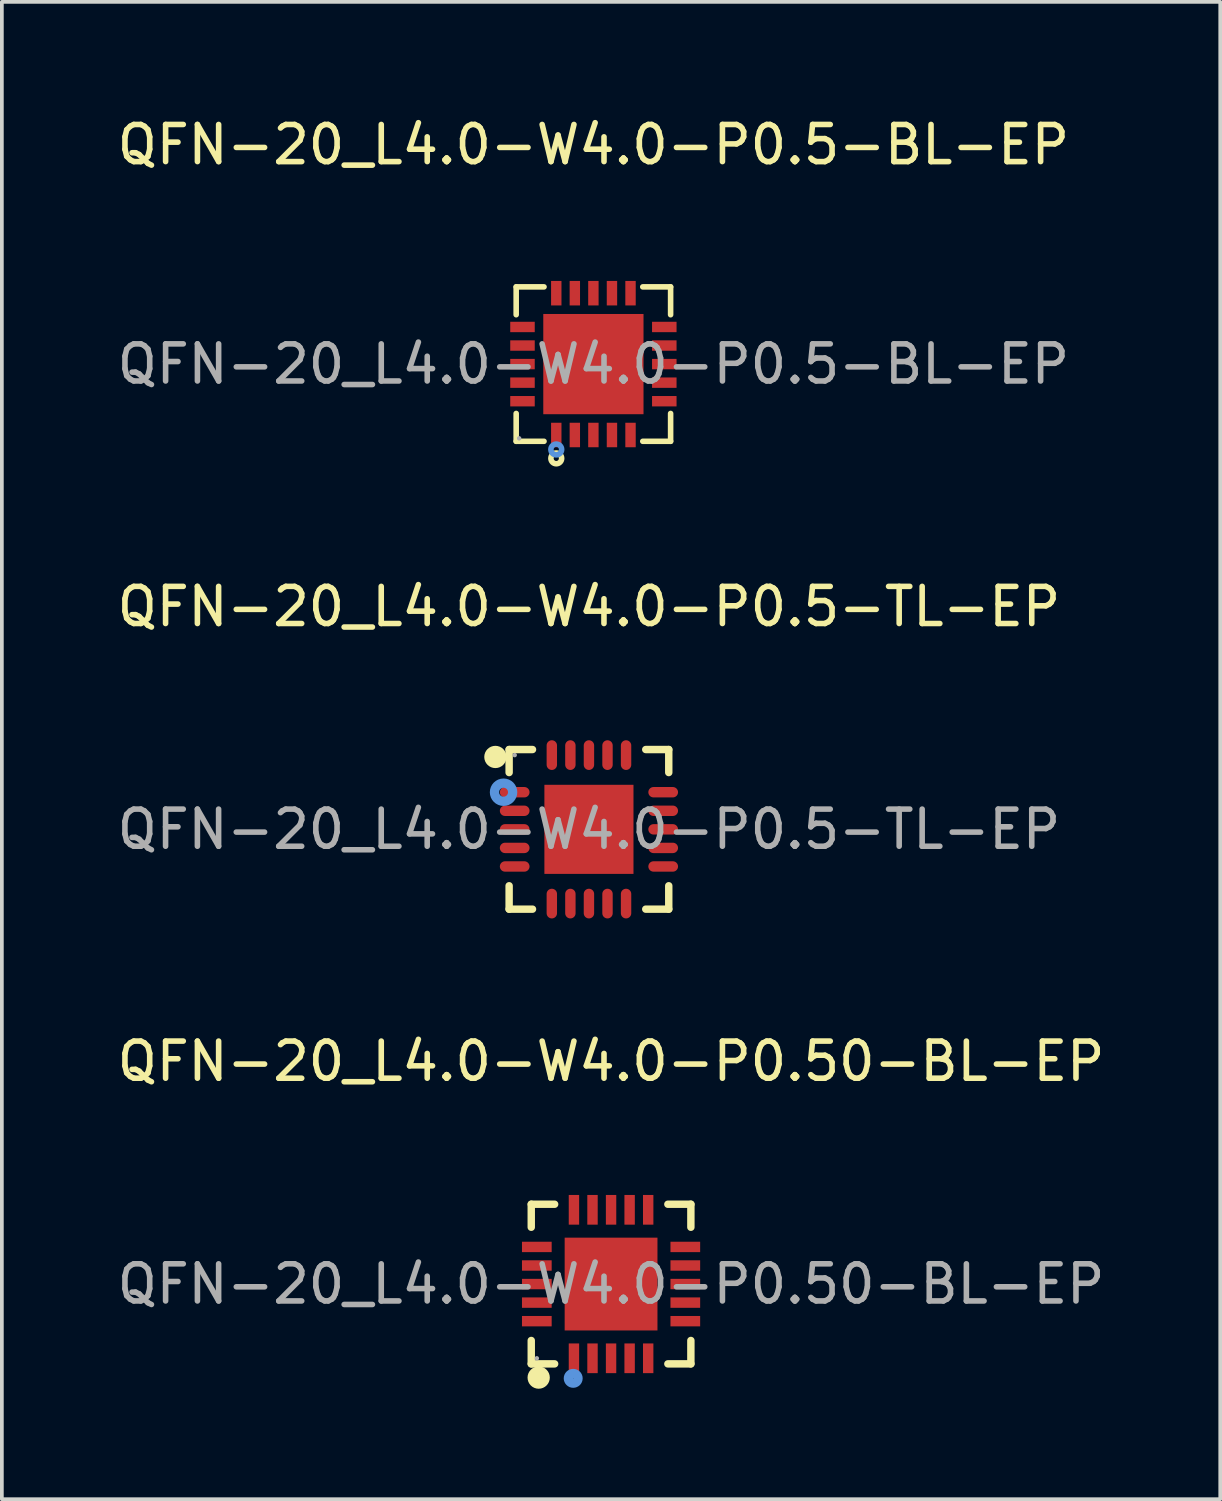
<source format=kicad_pcb>
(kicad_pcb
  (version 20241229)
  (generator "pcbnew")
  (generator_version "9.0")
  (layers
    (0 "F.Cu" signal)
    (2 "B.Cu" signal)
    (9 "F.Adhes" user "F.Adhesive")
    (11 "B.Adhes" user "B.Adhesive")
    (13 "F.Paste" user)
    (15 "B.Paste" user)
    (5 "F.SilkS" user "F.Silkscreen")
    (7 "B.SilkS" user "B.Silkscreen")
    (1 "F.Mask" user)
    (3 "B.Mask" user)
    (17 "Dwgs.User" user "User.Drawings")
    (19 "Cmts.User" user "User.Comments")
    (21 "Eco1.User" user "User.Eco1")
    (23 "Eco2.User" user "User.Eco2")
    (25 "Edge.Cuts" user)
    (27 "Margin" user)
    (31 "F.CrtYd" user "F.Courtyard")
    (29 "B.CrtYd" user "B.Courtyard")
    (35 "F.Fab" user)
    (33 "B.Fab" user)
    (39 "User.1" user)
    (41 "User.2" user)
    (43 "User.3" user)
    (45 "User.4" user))
  (footprint "QFN-20_L4.0-W4.0-P0.5-BL-EP"
    (layer "F.Cu")
    (at 12.935 6.758)
    (property "Reference" "QFN-20_L4.0-W4.0-P0.5-BL-EP" (at 0 -5.91 0) (layer "F.SilkS") (effects (font (size 1 1) (thickness 0.15))))
    (attr through_hole)
    (fp_line (start -2.08 -2.08) (end -1.33 -2.08) (stroke (width 0.15) (type solid)) (layer "F.SilkS"))
    (fp_line (start -2.08 -1.33) (end -2.08 -2.08) (stroke (width 0.15) (type solid)) (layer "F.SilkS"))
    (fp_line (start -2.08 1.33) (end -2.08 2.08) (stroke (width 0.15) (type solid)) (layer "F.SilkS"))
    (fp_line (start -2.08 2.08) (end -1.33 2.08) (stroke (width 0.15) (type solid)) (layer "F.SilkS"))
    (fp_line (start 2.08 -2.08) (end 1.33 -2.08) (stroke (width 0.15) (type solid)) (layer "F.SilkS"))
    (fp_line (start 2.08 -1.33) (end 2.08 -2.08) (stroke (width 0.15) (type solid)) (layer "F.SilkS"))
    (fp_line (start 2.08 1.33) (end 2.08 2.08) (stroke (width 0.15) (type solid)) (layer "F.SilkS"))
    (fp_line (start 2.08 2.08) (end 1.33 2.08) (stroke (width 0.15) (type solid)) (layer "F.SilkS"))
    (fp_circle (center -1 2.54) (end -0.93 2.54) (stroke (width 0.15) (type solid)) (fill no) (layer "F.SilkS"))
    (fp_circle (center -1 2.3) (end -0.93 2.3) (stroke (width 0.15) (type solid)) (fill no) (layer "Cmts.User"))
    (fp_circle (center -2 2) (end -1.97 2) (stroke (width 0.06) (type solid)) (fill no) (layer "F.Fab"))
    (fp_text user "${REFERENCE}" (at 0 0 0) (layer "F.Fab") (effects (font (size 1 1) (thickness 0.15))))
    (pad "1" smd rect (at -1 1.91) (size 0.28 0.66) (layers "F.Cu" "F.Mask" "F.Paste"))
    (pad "2" smd rect (at -0.5 1.91) (size 0.28 0.66) (layers "F.Cu" "F.Mask" "F.Paste"))
    (pad "3" smd rect (at 0 1.91) (size 0.28 0.66) (layers "F.Cu" "F.Mask" "F.Paste"))
    (pad "4" smd rect (at 0.5 1.91) (size 0.28 0.66) (layers "F.Cu" "F.Mask" "F.Paste"))
    (pad "5" smd rect (at 1 1.91) (size 0.28 0.66) (layers "F.Cu" "F.Mask" "F.Paste"))
    (pad "6" smd rect (at 1.91 1) (size 0.66 0.28) (layers "F.Cu" "F.Mask" "F.Paste"))
    (pad "7" smd rect (at 1.91 0.5) (size 0.66 0.28) (layers "F.Cu" "F.Mask" "F.Paste"))
    (pad "8" smd rect (at 1.91 0) (size 0.66 0.28) (layers "F.Cu" "F.Mask" "F.Paste"))
    (pad "9" smd rect (at 1.91 -0.5) (size 0.66 0.28) (layers "F.Cu" "F.Mask" "F.Paste"))
    (pad "10" smd rect (at 1.91 -1) (size 0.66 0.28) (layers "F.Cu" "F.Mask" "F.Paste"))
    (pad "11" smd rect (at 1 -1.91) (size 0.28 0.66) (layers "F.Cu" "F.Mask" "F.Paste"))
    (pad "12" smd rect (at 0.5 -1.91) (size 0.28 0.66) (layers "F.Cu" "F.Mask" "F.Paste"))
    (pad "13" smd rect (at 0 -1.91) (size 0.28 0.66) (layers "F.Cu" "F.Mask" "F.Paste"))
    (pad "14" smd rect (at -0.5 -1.91) (size 0.28 0.66) (layers "F.Cu" "F.Mask" "F.Paste"))
    (pad "15" smd rect (at -1 -1.91) (size 0.28 0.66) (layers "F.Cu" "F.Mask" "F.Paste"))
    (pad "16" smd rect (at -1.91 -1) (size 0.66 0.28) (layers "F.Cu" "F.Mask" "F.Paste"))
    (pad "17" smd rect (at -1.91 -0.5) (size 0.66 0.28) (layers "F.Cu" "F.Mask" "F.Paste"))
    (pad "18" smd rect (at -1.91 0) (size 0.66 0.28) (layers "F.Cu" "F.Mask" "F.Paste"))
    (pad "19" smd rect (at -1.91 0.5) (size 0.66 0.28) (layers "F.Cu" "F.Mask" "F.Paste"))
    (pad "20" smd rect (at -1.91 1) (size 0.66 0.28) (layers "F.Cu" "F.Mask" "F.Paste"))
    (pad "21" smd rect (at 0 0) (size 2.7 2.7) (layers "F.Cu" "F.Mask" "F.Paste")))
  (footprint "QFN-20_L4.0-W4.0-P0.5-TL-EP"
    (layer "F.Cu")
    (at 12.815 19.291)
    (property "Reference" "QFN-20_L4.0-W4.0-P0.5-TL-EP" (at 0 -6 0) (layer "F.SilkS") (effects (font (size 1 1) (thickness 0.15))))
    (attr through_hole)
    (fp_line (start -2.15 -2.15) (end -1.52 -2.15) (stroke (width 0.2) (type solid)) (layer "F.SilkS"))
    (fp_line (start -2.15 -1.53) (end -2.15 -2.15) (stroke (width 0.2) (type solid)) (layer "F.SilkS"))
    (fp_line (start -2.15 1.52) (end -2.15 2.15) (stroke (width 0.2) (type solid)) (layer "F.SilkS"))
    (fp_line (start -2.15 2.15) (end -1.52 2.15) (stroke (width 0.2) (type solid)) (layer "F.SilkS"))
    (fp_line (start 1.53 2.15) (end 2.15 2.15) (stroke (width 0.2) (type solid)) (layer "F.SilkS"))
    (fp_line (start 2.15 -2.15) (end 1.53 -2.15) (stroke (width 0.2) (type solid)) (layer "F.SilkS"))
    (fp_line (start 2.15 -1.53) (end 2.15 -2.15) (stroke (width 0.2) (type solid)) (layer "F.SilkS"))
    (fp_line (start 2.15 2.15) (end 2.15 1.52) (stroke (width 0.2) (type solid)) (layer "F.SilkS"))
    (fp_arc (start -2.52 -1.95) (mid -2.52 -1.95) (end -2.52 -1.95) (stroke (width 0.3) (type solid)) (layer "F.SilkS"))
    (fp_circle (center -2.3 -1) (end -2.18 -1) (stroke (width 0.25) (type solid)) (fill no) (layer "Cmts.User"))
    (fp_circle (center -2 -2) (end -1.97 -2) (stroke (width 0.06) (type solid)) (fill no) (layer "F.Fab"))
    (fp_text user "${REFERENCE}" (at 0 0 0) (layer "F.Fab") (effects (font (size 1 1) (thickness 0.15))))
    (pad "1" smd oval (at -2 -1 90) (size 0.28 0.8) (layers "F.Cu" "F.Mask" "F.Paste"))
    (pad "2" smd oval (at -2 -0.5 90) (size 0.28 0.8) (layers "F.Cu" "F.Mask" "F.Paste"))
    (pad "3" smd oval (at -2 0 90) (size 0.28 0.8) (layers "F.Cu" "F.Mask" "F.Paste"))
    (pad "4" smd oval (at -2 0.5 90) (size 0.28 0.8) (layers "F.Cu" "F.Mask" "F.Paste"))
    (pad "5" smd oval (at -2 1 90) (size 0.28 0.8) (layers "F.Cu" "F.Mask" "F.Paste"))
    (pad "6" smd oval (at -1 2) (size 0.28 0.8) (layers "F.Cu" "F.Mask" "F.Paste"))
    (pad "7" smd oval (at -0.5 2) (size 0.28 0.8) (layers "F.Cu" "F.Mask" "F.Paste"))
    (pad "8" smd oval (at 0 2) (size 0.28 0.8) (layers "F.Cu" "F.Mask" "F.Paste"))
    (pad "9" smd oval (at 0.5 2) (size 0.28 0.8) (layers "F.Cu" "F.Mask" "F.Paste"))
    (pad "10" smd oval (at 1 2) (size 0.28 0.8) (layers "F.Cu" "F.Mask" "F.Paste"))
    (pad "11" smd oval (at 2 1 90) (size 0.28 0.8) (layers "F.Cu" "F.Mask" "F.Paste"))
    (pad "12" smd oval (at 2 0.5 90) (size 0.28 0.8) (layers "F.Cu" "F.Mask" "F.Paste"))
    (pad "13" smd oval (at 2 0 90) (size 0.28 0.8) (layers "F.Cu" "F.Mask" "F.Paste"))
    (pad "14" smd oval (at 2 -0.5 90) (size 0.28 0.8) (layers "F.Cu" "F.Mask" "F.Paste"))
    (pad "15" smd oval (at 2 -1 90) (size 0.28 0.8) (layers "F.Cu" "F.Mask" "F.Paste"))
    (pad "16" smd oval (at 1 -2) (size 0.28 0.8) (layers "F.Cu" "F.Mask" "F.Paste"))
    (pad "17" smd oval (at 0.5 -2) (size 0.28 0.8) (layers "F.Cu" "F.Mask" "F.Paste"))
    (pad "18" smd oval (at 0 -2) (size 0.28 0.8) (layers "F.Cu" "F.Mask" "F.Paste"))
    (pad "19" smd oval (at -0.5 -2) (size 0.28 0.8) (layers "F.Cu" "F.Mask" "F.Paste"))
    (pad "20" smd oval (at -1 -2) (size 0.28 0.8) (layers "F.Cu" "F.Mask" "F.Paste"))
    (pad "21" smd rect (at 0 0) (size 2.4 2.4) (layers "F.Cu" "F.Mask" "F.Paste")))
  (footprint "QFN-20_L4.0-W4.0-P0.50-BL-EP"
    (layer "F.Cu")
    (at 13.411 31.54)
    (property "Reference" "QFN-20_L4.0-W4.0-P0.50-BL-EP" (at 0 -6 0) (layer "F.SilkS") (effects (font (size 1 1) (thickness 0.15))))
    (attr through_hole)
    (fp_line (start -2.15 -2.15) (end -2.15 -1.53) (stroke (width 0.2) (type solid)) (layer "F.SilkS"))
    (fp_line (start -2.15 2.15) (end -2.15 1.52) (stroke (width 0.2) (type solid)) (layer "F.SilkS"))
    (fp_line (start -1.52 -2.15) (end -2.15 -2.15) (stroke (width 0.2) (type solid)) (layer "F.SilkS"))
    (fp_line (start -1.52 2.15) (end -2.15 2.15) (stroke (width 0.2) (type solid)) (layer "F.SilkS"))
    (fp_line (start 1.53 2.15) (end 2.15 2.15) (stroke (width 0.2) (type solid)) (layer "F.SilkS"))
    (fp_line (start 2.15 -2.15) (end 1.53 -2.15) (stroke (width 0.2) (type solid)) (layer "F.SilkS"))
    (fp_line (start 2.15 -1.53) (end 2.15 -2.15) (stroke (width 0.2) (type solid)) (layer "F.SilkS"))
    (fp_line (start 2.15 2.15) (end 2.15 1.52) (stroke (width 0.2) (type solid)) (layer "F.SilkS"))
    (fp_arc (start -1.95 2.52) (mid -1.95 2.52) (end -1.95 2.52) (stroke (width 0.3) (type solid)) (layer "F.SilkS"))
    (fp_circle (center -1.02 2.54) (end -0.89 2.54) (stroke (width 0.25) (type solid)) (fill no) (layer "Cmts.User"))
    (fp_circle (center -2 2) (end -1.97 2) (stroke (width 0.06) (type solid)) (fill no) (layer "F.Fab"))
    (fp_text user "${REFERENCE}" (at 0 0 0) (layer "F.Fab") (effects (font (size 1 1) (thickness 0.15))))
    (pad "1" smd rect (at -1 2) (size 0.28 0.8) (layers "F.Cu" "F.Mask" "F.Paste"))
    (pad "2" smd rect (at -0.5 2) (size 0.28 0.8) (layers "F.Cu" "F.Mask" "F.Paste"))
    (pad "3" smd rect (at 0 2) (size 0.28 0.8) (layers "F.Cu" "F.Mask" "F.Paste"))
    (pad "4" smd rect (at 0.5 2) (size 0.28 0.8) (layers "F.Cu" "F.Mask" "F.Paste"))
    (pad "5" smd rect (at 1 2) (size 0.28 0.8) (layers "F.Cu" "F.Mask" "F.Paste"))
    (pad "6" smd rect (at 2 1) (size 0.8 0.28) (layers "F.Cu" "F.Mask" "F.Paste"))
    (pad "7" smd rect (at 2 0.5) (size 0.8 0.28) (layers "F.Cu" "F.Mask" "F.Paste"))
    (pad "8" smd rect (at 2 0) (size 0.8 0.28) (layers "F.Cu" "F.Mask" "F.Paste"))
    (pad "9" smd rect (at 2 -0.5) (size 0.8 0.28) (layers "F.Cu" "F.Mask" "F.Paste"))
    (pad "10" smd rect (at 2 -1) (size 0.8 0.28) (layers "F.Cu" "F.Mask" "F.Paste"))
    (pad "11" smd rect (at 1 -2) (size 0.28 0.8) (layers "F.Cu" "F.Mask" "F.Paste"))
    (pad "12" smd rect (at 0.5 -2) (size 0.28 0.8) (layers "F.Cu" "F.Mask" "F.Paste"))
    (pad "13" smd rect (at 0 -2) (size 0.28 0.8) (layers "F.Cu" "F.Mask" "F.Paste"))
    (pad "14" smd rect (at -0.5 -2) (size 0.28 0.8) (layers "F.Cu" "F.Mask" "F.Paste"))
    (pad "15" smd rect (at -1 -2) (size 0.28 0.8) (layers "F.Cu" "F.Mask" "F.Paste"))
    (pad "16" smd rect (at -2 -1) (size 0.8 0.28) (layers "F.Cu" "F.Mask" "F.Paste"))
    (pad "17" smd rect (at -2 -0.5) (size 0.8 0.28) (layers "F.Cu" "F.Mask" "F.Paste"))
    (pad "18" smd rect (at -2 0) (size 0.8 0.28) (layers "F.Cu" "F.Mask" "F.Paste"))
    (pad "19" smd rect (at -2 0.5) (size 0.8 0.28) (layers "F.Cu" "F.Mask" "F.Paste"))
    (pad "20" smd rect (at -2 1) (size 0.8 0.28) (layers "F.Cu" "F.Mask" "F.Paste"))
    (pad "21" smd rect (at 0 0) (size 2.5 2.5) (layers "F.Cu" "F.Mask" "F.Paste")))
  (gr_rect
    (start -3 -3)
    (end 29.821 37.335)
    (stroke (width 0.1) (type default))
    (fill no)
    (layer "Edge.Cuts")))
</source>
